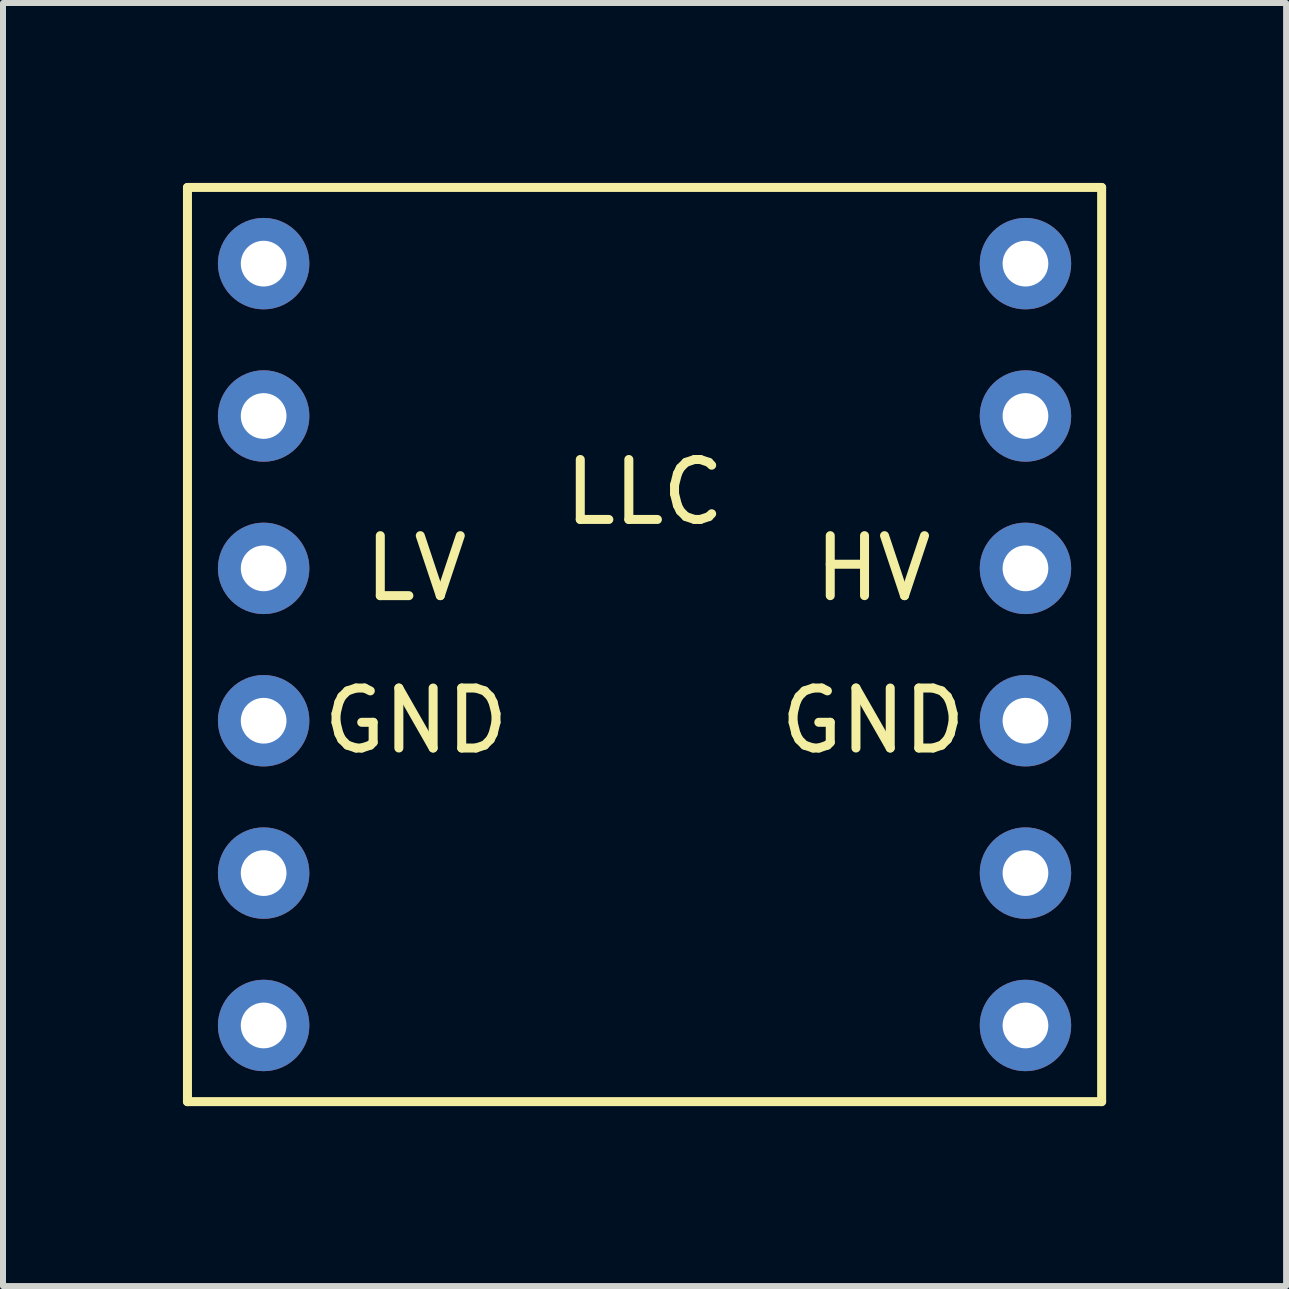
<source format=kicad_pcb>
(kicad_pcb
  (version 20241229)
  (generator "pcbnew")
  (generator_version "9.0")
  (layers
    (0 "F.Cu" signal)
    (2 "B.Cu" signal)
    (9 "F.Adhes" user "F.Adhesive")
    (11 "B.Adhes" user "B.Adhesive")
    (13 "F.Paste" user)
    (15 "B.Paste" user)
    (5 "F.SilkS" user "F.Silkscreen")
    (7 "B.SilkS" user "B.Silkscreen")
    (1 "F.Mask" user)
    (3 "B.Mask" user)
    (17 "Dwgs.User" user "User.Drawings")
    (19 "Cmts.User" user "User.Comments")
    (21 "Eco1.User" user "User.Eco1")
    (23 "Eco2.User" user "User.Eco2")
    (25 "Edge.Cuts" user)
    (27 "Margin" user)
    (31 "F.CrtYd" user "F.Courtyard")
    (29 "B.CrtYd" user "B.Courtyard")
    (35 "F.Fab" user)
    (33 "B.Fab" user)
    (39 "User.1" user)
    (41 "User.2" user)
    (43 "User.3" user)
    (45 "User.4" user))
  (footprint "LLC"
    (layer "F.Cu")
    (at 7.695 7.695)
    (property "Reference" "LLC" (at 0 -2.54 0) (layer "F.SilkS") (effects (font (size 1 1) (thickness 0.15))))
    (attr through_hole)
    (fp_line (start -7.62 -7.62) (end 7.62 -7.62) (stroke (width 0.15) (type solid)) (layer "F.SilkS"))
    (fp_line (start -7.62 7.62) (end -7.62 -7.62) (stroke (width 0.15) (type solid)) (layer "F.SilkS"))
    (fp_line (start 7.62 -7.62) (end 7.62 7.62) (stroke (width 0.15) (type solid)) (layer "F.SilkS"))
    (fp_line (start 7.62 7.62) (end -7.62 7.62) (stroke (width 0.15) (type solid)) (layer "F.SilkS"))
    (fp_text user "HV" (at 3.81 -1.27 0) (layer "F.SilkS") (effects (font (size 1 1) (thickness 0.15))))
    (fp_text user "LV" (at -3.81 -1.27 0) (layer "F.SilkS") (effects (font (size 1 1) (thickness 0.15))))
    (fp_text user "GND" (at 3.81 1.27 0) (layer "F.SilkS") (effects (font (size 1 1) (thickness 0.15))))
    (fp_text user "GND" (at -3.81 1.27 0) (layer "F.SilkS") (effects (font (size 1 1) (thickness 0.15))))
    (pad "1" thru_hole circle (at -6.35 -6.35) (size 1.524 1.524) (drill 0.762) (layers "*.Cu" "*.Mask"))
    (pad "2" thru_hole circle (at -6.35 -3.81) (size 1.524 1.524) (drill 0.762) (layers "*.Cu" "*.Mask"))
    (pad "3" thru_hole circle (at -6.35 -1.27) (size 1.524 1.524) (drill 0.762) (layers "*.Cu" "*.Mask"))
    (pad "4" thru_hole circle (at -6.35 1.27) (size 1.524 1.524) (drill 0.762) (layers "*.Cu" "*.Mask"))
    (pad "5" thru_hole circle (at -6.35 3.81) (size 1.524 1.524) (drill 0.762) (layers "*.Cu" "*.Mask"))
    (pad "6" thru_hole circle (at -6.35 6.35) (size 1.524 1.524) (drill 0.762) (layers "*.Cu" "*.Mask"))
    (pad "7" thru_hole circle (at 6.35 6.35) (size 1.524 1.524) (drill 0.762) (layers "*.Cu" "*.Mask"))
    (pad "8" thru_hole circle (at 6.35 3.81) (size 1.524 1.524) (drill 0.762) (layers "*.Cu" "*.Mask"))
    (pad "9" thru_hole circle (at 6.35 1.27) (size 1.524 1.524) (drill 0.762) (layers "*.Cu" "*.Mask"))
    (pad "10" thru_hole circle (at 6.35 -1.27) (size 1.524 1.524) (drill 0.762) (layers "*.Cu" "*.Mask"))
    (pad "11" thru_hole circle (at 6.35 -3.81) (size 1.524 1.524) (drill 0.762) (layers "*.Cu" "*.Mask"))
    (pad "12" thru_hole circle (at 6.35 -6.35) (size 1.524 1.524) (drill 0.762) (layers "*.Cu" "*.Mask")))
  (gr_rect
    (start -3 -3)
    (end 18.39 18.39)
    (stroke (width 0.1) (type default))
    (fill no)
    (layer "Edge.Cuts")))
</source>
